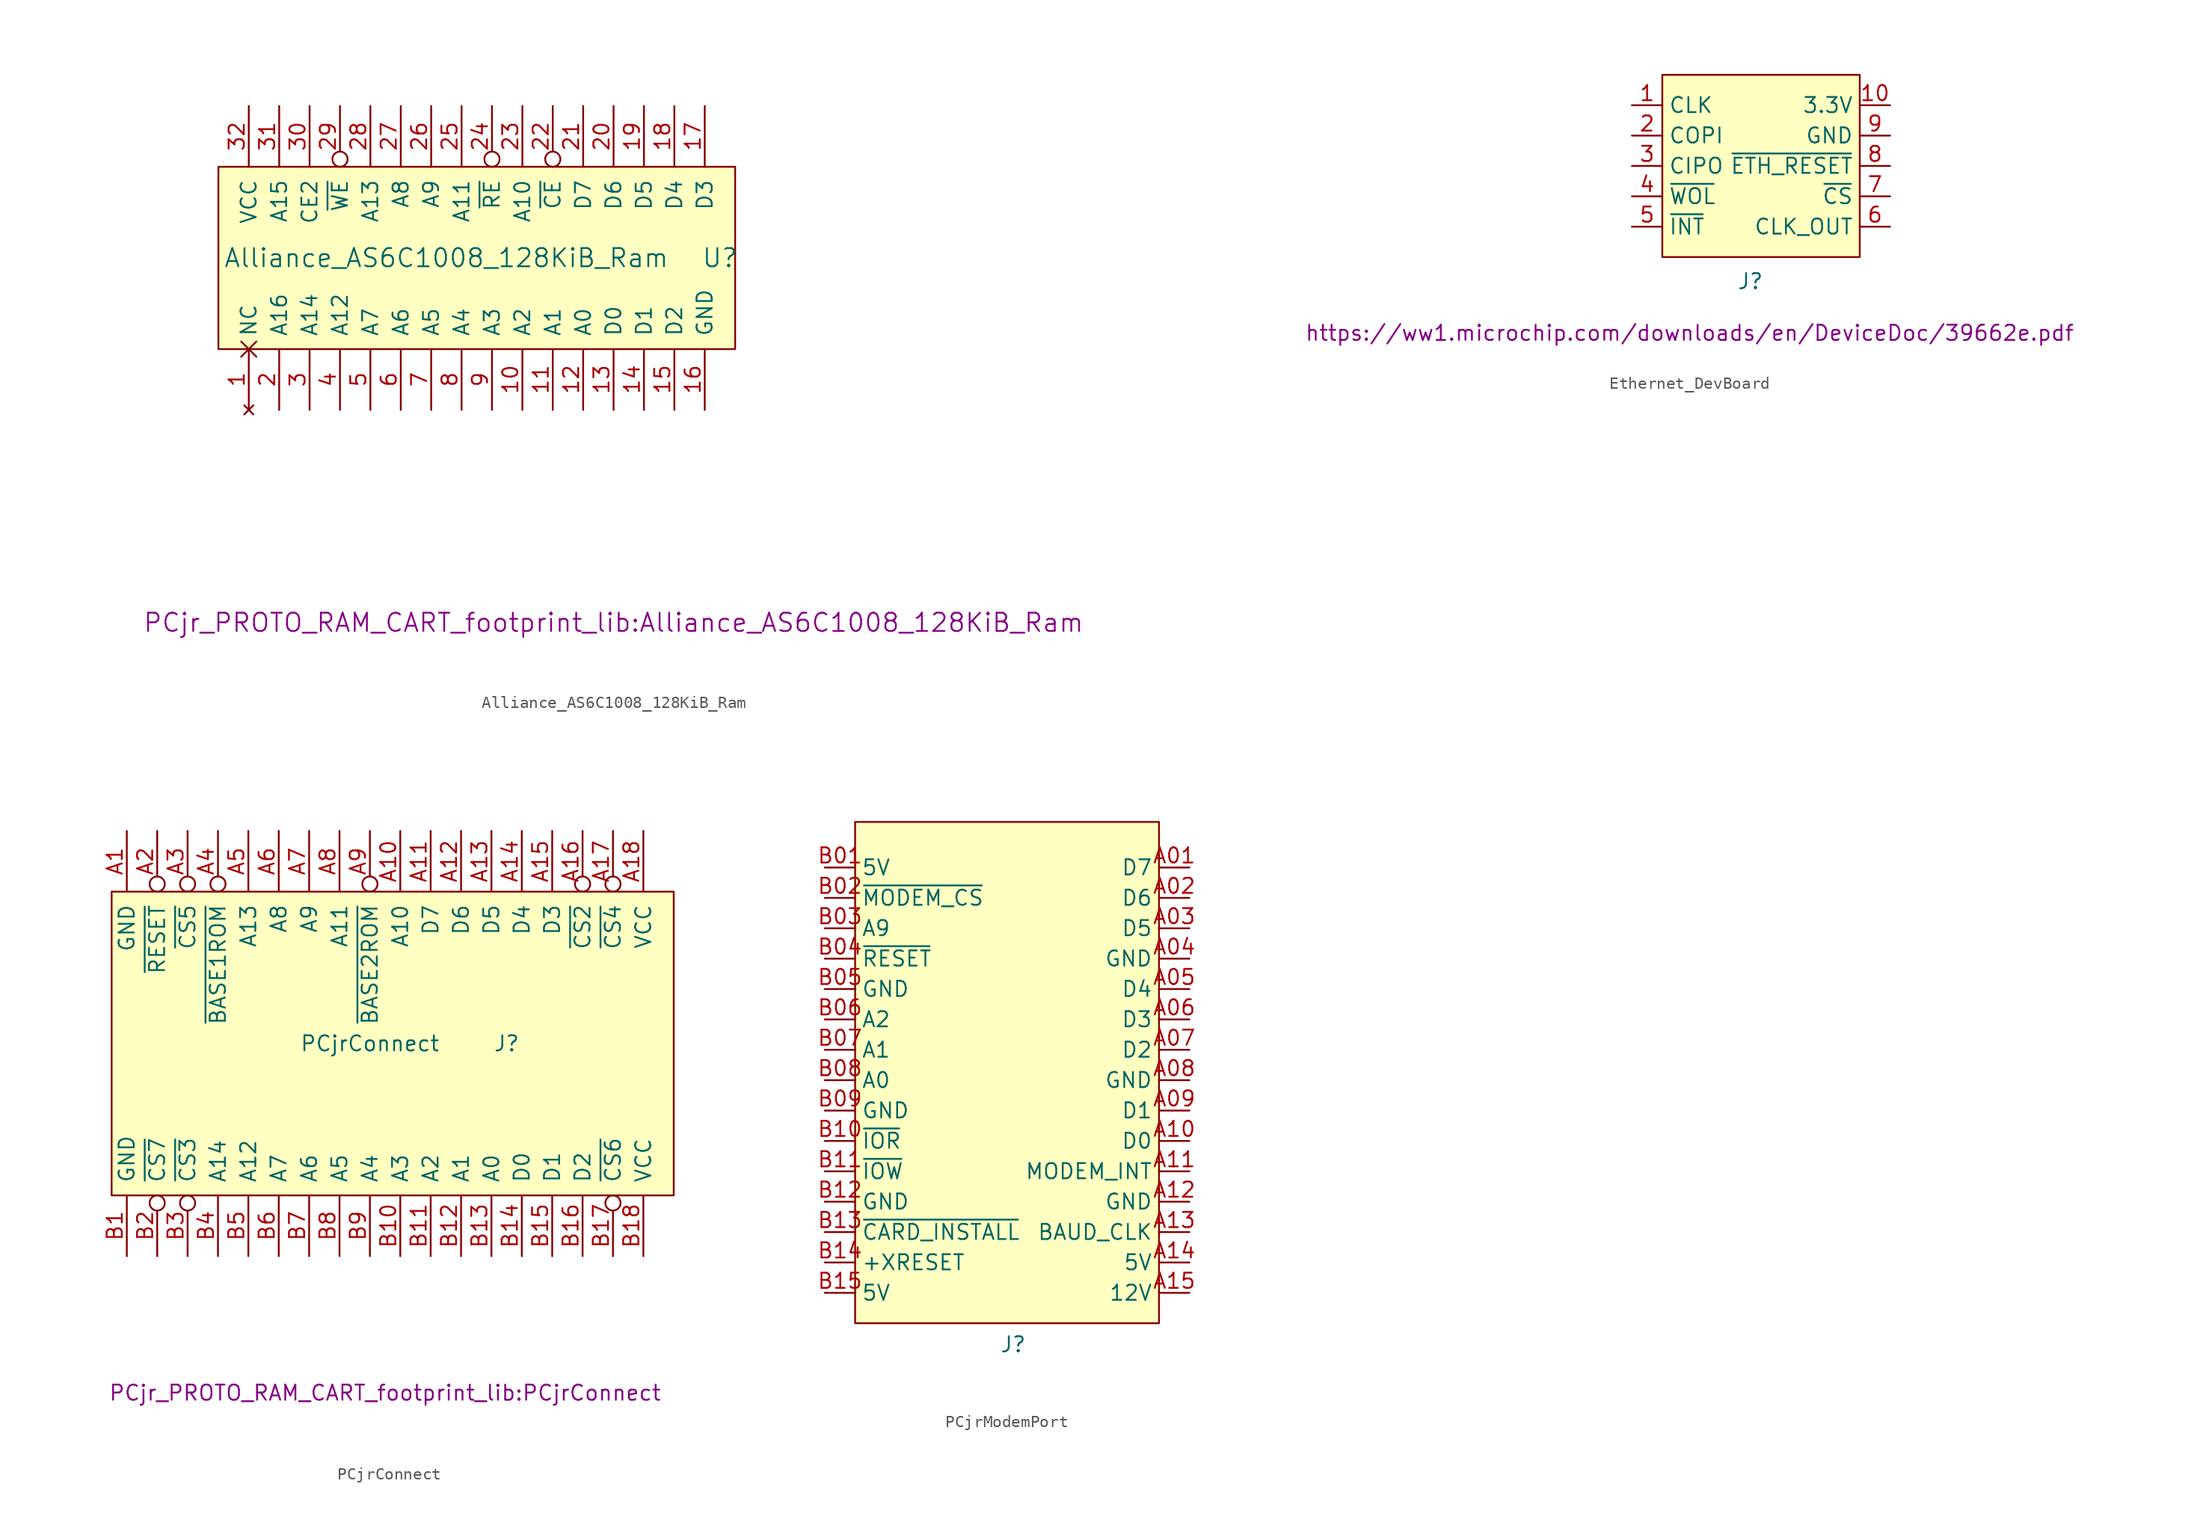
<source format=kicad_sym>
(kicad_symbol_lib
  (version 20231120)
  (generator "kicad_symbol_editor")
  (generator_version "8.0")
  (symbol "Alliance_AS6C1008_128KiB_Ram"
    (pin_names
      (offset 1.016))
    (property "Reference" "U"
      (at 39.37 7.62 0)
      (effects (font (size 1.524 1.524))))
    (property "Value" "Alliance_AS6C1008_128KiB_Ram"
      (at 16.51 7.62 0)
      (effects (font (size 1.524 1.524))))
    (property "Footprint" "PCjr_PROTO_RAM_CART_footprint_lib:Alliance_AS6C1008_128KiB_Ram"
      (at 30.48 -22.86 0)
      (effects (font (size 1.524 1.524))))
    (symbol "Alliance_AS6C1008_128KiB_Ram_0_1"
      (rectangle (start -2.54 15.24) (end 40.64 0) (stroke (width 0) (type solid)) (fill (type background))))
    (symbol "Alliance_AS6C1008_128KiB_Ram_1_1"
      (pin no_connect non_logic (at 0 -5.08 90) (length 5.08) (name "NC" (effects (font (size 1.27 1.27)))) (number "1" (effects (font (size 1.27 1.27)))))
      (pin input line (at 22.86 -5.08 90) (length 5.08) (name "A2" (effects (font (size 1.27 1.27)))) (number "10" (effects (font (size 1.27 1.27)))))
      (pin input line (at 25.4 -5.08 90) (length 5.08) (name "A1" (effects (font (size 1.27 1.27)))) (number "11" (effects (font (size 1.27 1.27)))))
      (pin input line (at 27.94 -5.08 90) (length 5.08) (name "A0" (effects (font (size 1.27 1.27)))) (number "12" (effects (font (size 1.27 1.27)))))
      (pin bidirectional line (at 30.48 -5.08 90) (length 5.08) (name "D0" (effects (font (size 1.27 1.27)))) (number "13" (effects (font (size 1.27 1.27)))))
      (pin bidirectional line (at 33.02 -5.08 90) (length 5.08) (name "D1" (effects (font (size 1.27 1.27)))) (number "14" (effects (font (size 1.27 1.27)))))
      (pin bidirectional line (at 35.56 -5.08 90) (length 5.08) (name "D2" (effects (font (size 1.27 1.27)))) (number "15" (effects (font (size 1.27 1.27)))))
      (pin power_in line (at 38.1 -5.08 90) (length 5.08) (name "GND" (effects (font (size 1.27 1.27)))) (number "16" (effects (font (size 1.27 1.27)))))
      (pin bidirectional line (at 38.1 20.32 270) (length 5.08) (name "D3" (effects (font (size 1.27 1.27)))) (number "17" (effects (font (size 1.27 1.27)))))
      (pin bidirectional line (at 35.56 20.32 270) (length 5.08) (name "D4" (effects (font (size 1.27 1.27)))) (number "18" (effects (font (size 1.27 1.27)))))
      (pin bidirectional line (at 33.02 20.32 270) (length 5.08) (name "D5" (effects (font (size 1.27 1.27)))) (number "19" (effects (font (size 1.27 1.27)))))
      (pin input line (at 2.54 -5.08 90) (length 5.08) (name "A16" (effects (font (size 1.27 1.27)))) (number "2" (effects (font (size 1.27 1.27)))))
      (pin bidirectional line (at 30.48 20.32 270) (length 5.08) (name "D6" (effects (font (size 1.27 1.27)))) (number "20" (effects (font (size 1.27 1.27)))))
      (pin bidirectional line (at 27.94 20.32 270) (length 5.08) (name "D7" (effects (font (size 1.27 1.27)))) (number "21" (effects (font (size 1.27 1.27)))))
      (pin input inverted (at 25.4 20.32 270) (length 5.08) (name "~{CE}" (effects (font (size 1.27 1.27)))) (number "22" (effects (font (size 1.27 1.27)))))
      (pin input line (at 22.86 20.32 270) (length 5.08) (name "A10" (effects (font (size 1.27 1.27)))) (number "23" (effects (font (size 1.27 1.27)))))
      (pin input inverted (at 20.32 20.32 270) (length 5.08) (name "~{RE}" (effects (font (size 1.27 1.27)))) (number "24" (effects (font (size 1.27 1.27)))))
      (pin input line (at 17.78 20.32 270) (length 5.08) (name "A11" (effects (font (size 1.27 1.27)))) (number "25" (effects (font (size 1.27 1.27)))))
      (pin input line (at 15.24 20.32 270) (length 5.08) (name "A9" (effects (font (size 1.27 1.27)))) (number "26" (effects (font (size 1.27 1.27)))))
      (pin input line (at 12.7 20.32 270) (length 5.08) (name "A8" (effects (font (size 1.27 1.27)))) (number "27" (effects (font (size 1.27 1.27)))))
      (pin input line (at 10.16 20.32 270) (length 5.08) (name "A13" (effects (font (size 1.27 1.27)))) (number "28" (effects (font (size 1.27 1.27)))))
      (pin input inverted (at 7.62 20.32 270) (length 5.08) (name "~{WE}" (effects (font (size 1.27 1.27)))) (number "29" (effects (font (size 1.27 1.27)))))
      (pin input line (at 5.08 -5.08 90) (length 5.08) (name "A14" (effects (font (size 1.27 1.27)))) (number "3" (effects (font (size 1.27 1.27)))))
      (pin input line (at 5.08 20.32 270) (length 5.08) (name "CE2" (effects (font (size 1.27 1.27)))) (number "30" (effects (font (size 1.27 1.27)))))
      (pin input line (at 2.54 20.32 270) (length 5.08) (name "A15" (effects (font (size 1.27 1.27)))) (number "31" (effects (font (size 1.27 1.27)))))
      (pin power_in line (at 0 20.32 270) (length 5.08) (name "VCC" (effects (font (size 1.27 1.27)))) (number "32" (effects (font (size 1.27 1.27)))))
      (pin input line (at 7.62 -5.08 90) (length 5.08) (name "A12" (effects (font (size 1.27 1.27)))) (number "4" (effects (font (size 1.27 1.27)))))
      (pin input line (at 10.16 -5.08 90) (length 5.08) (name "A7" (effects (font (size 1.27 1.27)))) (number "5" (effects (font (size 1.27 1.27)))))
      (pin input line (at 12.7 -5.08 90) (length 5.08) (name "A6" (effects (font (size 1.27 1.27)))) (number "6" (effects (font (size 1.27 1.27)))))
      (pin input line (at 15.24 -5.08 90) (length 5.08) (name "A5" (effects (font (size 1.27 1.27)))) (number "7" (effects (font (size 1.27 1.27)))))
      (pin input line (at 17.78 -5.08 90) (length 5.08) (name "A4" (effects (font (size 1.27 1.27)))) (number "8" (effects (font (size 1.27 1.27)))))
      (pin input line (at 20.32 -5.08 90) (length 5.08) (name "A3" (effects (font (size 1.27 1.27)))) (number "9" (effects (font (size 1.27 1.27)))))))
  (symbol "Ethernet_DevBoard"
    (property "Reference" "J"
      (at 7.366 -2.032 0)
      (effects (font (size 1.27 1.27))))
    (property "Value" ""
      (at 0 0 0)
      (effects (font (size 1.27 1.27))))
    (property "ControllerSheet" "https://ww1.microchip.com/downloads/en/DeviceDoc/39662e.pdf"
      (at 2.286 -6.35 0)
      (effects (font (size 1.27 1.27))))
    (symbol "Ethernet_DevBoard_0_1"
      (rectangle (start 0 15.24) (end 16.51 0) (stroke (width 0) (type default)) (fill (type background))))
    (symbol "Ethernet_DevBoard_1_1"
      (pin input line (at -2.54 12.7 0) (length 2.54) (name "CLK" (effects (font (size 1.27 1.27)))) (number "1" (effects (font (size 1.27 1.27)))))
      (pin power_in line (at 19.05 12.7 180) (length 2.54) (name "3.3V" (effects (font (size 1.27 1.27)))) (number "10" (effects (font (size 1.27 1.27)))))
      (pin input line (at -2.54 10.16 0) (length 2.54) (name "COPI" (effects (font (size 1.27 1.27)))) (number "2" (effects (font (size 1.27 1.27)))))
      (pin output line (at -2.54 7.62 0) (length 2.54) (name "CIPO" (effects (font (size 1.27 1.27)))) (number "3" (effects (font (size 1.27 1.27)))))
      (pin input line (at -2.54 5.08 0) (length 2.54) (name "~{WOL}" (effects (font (size 1.27 1.27)))) (number "4" (effects (font (size 1.27 1.27)))))
      (pin output line (at -2.54 2.54 0) (length 2.54) (name "~{INT}" (effects (font (size 1.27 1.27)))) (number "5" (effects (font (size 1.27 1.27)))))
      (pin output line (at 19.05 2.54 180) (length 2.54) (name "CLK_OUT" (effects (font (size 1.27 1.27)))) (number "6" (effects (font (size 1.27 1.27)))))
      (pin input line (at 19.05 5.08 180) (length 2.54) (name "~{CS}" (effects (font (size 1.27 1.27)))) (number "7" (effects (font (size 1.27 1.27)))))
      (pin input line (at 19.05 7.62 180) (length 2.54) (name "~{ETH_RESET}" (effects (font (size 1.27 1.27)))) (number "8" (effects (font (size 1.27 1.27)))))
      (pin power_in line (at 19.05 10.16 180) (length 2.54) (name "GND" (effects (font (size 1.27 1.27)))) (number "9" (effects (font (size 1.27 1.27)))))))
  (symbol "PCjrConnect"
    (pin_names
      (offset 1.016))
    (property "Reference" "J"
      (at 33.02 12.7 0)
      (effects (font (size 1.27 1.27))))
    (property "Value" "PCjrConnect"
      (at 21.59 12.7 0)
      (effects (font (size 1.27 1.27))))
    (property "Footprint" "PCjr_PROTO_RAM_CART_footprint_lib:PCjrConnect"
      (at 22.86 -16.51 0)
      (effects (font (size 1.27 1.27))))
    (symbol "PCjrConnect_0_1"
      (rectangle (start 0 25.4) (end 46.99 0) (stroke (width 0) (type solid)) (fill (type background))))
    (symbol "PCjrConnect_1_1"
      (pin power_in line (at 1.27 30.48 270) (length 5.08) (name "GND" (effects (font (size 1.27 1.27)))) (number "A1" (effects (font (size 1.27 1.27)))))
      (pin output line (at 24.13 30.48 270) (length 5.08) (name "A10" (effects (font (size 1.27 1.27)))) (number "A10" (effects (font (size 1.27 1.27)))))
      (pin bidirectional line (at 26.67 30.48 270) (length 5.08) (name "D7" (effects (font (size 1.27 1.27)))) (number "A11" (effects (font (size 1.27 1.27)))))
      (pin bidirectional line (at 29.21 30.48 270) (length 5.08) (name "D6" (effects (font (size 1.27 1.27)))) (number "A12" (effects (font (size 1.27 1.27)))))
      (pin bidirectional line (at 31.75 30.48 270) (length 5.08) (name "D5" (effects (font (size 1.27 1.27)))) (number "A13" (effects (font (size 1.27 1.27)))))
      (pin bidirectional line (at 34.29 30.48 270) (length 5.08) (name "D4" (effects (font (size 1.27 1.27)))) (number "A14" (effects (font (size 1.27 1.27)))))
      (pin bidirectional line (at 36.83 30.48 270) (length 5.08) (name "D3" (effects (font (size 1.27 1.27)))) (number "A15" (effects (font (size 1.27 1.27)))))
      (pin output inverted (at 39.37 30.48 270) (length 5.08) (name "~{CS2}" (effects (font (size 1.27 1.27)))) (number "A16" (effects (font (size 1.27 1.27)))))
      (pin output inverted (at 41.91 30.48 270) (length 5.08) (name "~{CS4}" (effects (font (size 1.27 1.27)))) (number "A17" (effects (font (size 1.27 1.27)))))
      (pin power_in line (at 44.45 30.48 270) (length 5.08) (name "VCC" (effects (font (size 1.27 1.27)))) (number "A18" (effects (font (size 1.27 1.27)))))
      (pin bidirectional inverted (at 3.81 30.48 270) (length 5.08) (name "~{RESET}" (effects (font (size 1.27 1.27)))) (number "A2" (effects (font (size 1.27 1.27)))))
      (pin output inverted (at 6.35 30.48 270) (length 5.08) (name "~{CS5}" (effects (font (size 1.27 1.27)))) (number "A3" (effects (font (size 1.27 1.27)))))
      (pin bidirectional inverted (at 8.89 30.48 270) (length 5.08) (name "~{BASE1ROM}" (effects (font (size 1.27 1.27)))) (number "A4" (effects (font (size 1.27 1.27)))))
      (pin output line (at 11.43 30.48 270) (length 5.08) (name "A13" (effects (font (size 1.27 1.27)))) (number "A5" (effects (font (size 1.27 1.27)))))
      (pin output line (at 13.97 30.48 270) (length 5.08) (name "A8" (effects (font (size 1.27 1.27)))) (number "A6" (effects (font (size 1.27 1.27)))))
      (pin output line (at 16.51 30.48 270) (length 5.08) (name "A9" (effects (font (size 1.27 1.27)))) (number "A7" (effects (font (size 1.27 1.27)))))
      (pin output line (at 19.05 30.48 270) (length 5.08) (name "A11" (effects (font (size 1.27 1.27)))) (number "A8" (effects (font (size 1.27 1.27)))))
      (pin bidirectional inverted (at 21.59 30.48 270) (length 5.08) (name "~{BASE2ROM}" (effects (font (size 1.27 1.27)))) (number "A9" (effects (font (size 1.27 1.27)))))
      (pin power_in line (at 1.27 -5.08 90) (length 5.08) (name "GND" (effects (font (size 1.27 1.27)))) (number "B1" (effects (font (size 1.27 1.27)))))
      (pin output line (at 24.13 -5.08 90) (length 5.08) (name "A3" (effects (font (size 1.27 1.27)))) (number "B10" (effects (font (size 1.27 1.27)))))
      (pin output line (at 26.67 -5.08 90) (length 5.08) (name "A2" (effects (font (size 1.27 1.27)))) (number "B11" (effects (font (size 1.27 1.27)))))
      (pin output line (at 29.21 -5.08 90) (length 5.08) (name "A1" (effects (font (size 1.27 1.27)))) (number "B12" (effects (font (size 1.27 1.27)))))
      (pin output line (at 31.75 -5.08 90) (length 5.08) (name "A0" (effects (font (size 1.27 1.27)))) (number "B13" (effects (font (size 1.27 1.27)))))
      (pin bidirectional line (at 34.29 -5.08 90) (length 5.08) (name "D0" (effects (font (size 1.27 1.27)))) (number "B14" (effects (font (size 1.27 1.27)))))
      (pin bidirectional line (at 36.83 -5.08 90) (length 5.08) (name "D1" (effects (font (size 1.27 1.27)))) (number "B15" (effects (font (size 1.27 1.27)))))
      (pin bidirectional line (at 39.37 -5.08 90) (length 5.08) (name "D2" (effects (font (size 1.27 1.27)))) (number "B16" (effects (font (size 1.27 1.27)))))
      (pin output inverted (at 41.91 -5.08 90) (length 5.08) (name "~{CS6}" (effects (font (size 1.27 1.27)))) (number "B17" (effects (font (size 1.27 1.27)))))
      (pin power_in line (at 44.45 -5.08 90) (length 5.08) (name "VCC" (effects (font (size 1.27 1.27)))) (number "B18" (effects (font (size 1.27 1.27)))))
      (pin output inverted (at 3.81 -5.08 90) (length 5.08) (name "~{CS7}" (effects (font (size 1.27 1.27)))) (number "B2" (effects (font (size 1.27 1.27)))))
      (pin output inverted (at 6.35 -5.08 90) (length 5.08) (name "~{CS3}" (effects (font (size 1.27 1.27)))) (number "B3" (effects (font (size 1.27 1.27)))))
      (pin output line (at 8.89 -5.08 90) (length 5.08) (name "A14" (effects (font (size 1.27 1.27)))) (number "B4" (effects (font (size 1.27 1.27)))))
      (pin output line (at 11.43 -5.08 90) (length 5.08) (name "A12" (effects (font (size 1.27 1.27)))) (number "B5" (effects (font (size 1.27 1.27)))))
      (pin output line (at 13.97 -5.08 90) (length 5.08) (name "A7" (effects (font (size 1.27 1.27)))) (number "B6" (effects (font (size 1.27 1.27)))))
      (pin output line (at 16.51 -5.08 90) (length 5.08) (name "A6" (effects (font (size 1.27 1.27)))) (number "B7" (effects (font (size 1.27 1.27)))))
      (pin output line (at 19.05 -5.08 90) (length 5.08) (name "A5" (effects (font (size 1.27 1.27)))) (number "B8" (effects (font (size 1.27 1.27)))))
      (pin output line (at 21.59 -5.08 90) (length 5.08) (name "A4" (effects (font (size 1.27 1.27)))) (number "B9" (effects (font (size 1.27 1.27)))))))
  (symbol "PCjrModemPort"
    (property "Reference" "J"
      (at 13.208 -1.778 0)
      (effects (font (size 1.27 1.27))))
    (property "Value" ""
      (at 0 0 0)
      (effects (font (size 1.27 1.27))))
    (symbol "PCjrModemPort_0_1"
      (rectangle (start 0 41.91) (end 25.4 0) (stroke (width 0) (type default)) (fill (type background))))
    (symbol "PCjrModemPort_1_1"
      (pin bidirectional line (at 27.94 38.1 180) (length 2.54) (name "D7" (effects (font (size 1.27 1.27)))) (number "A01" (effects (font (size 1.27 1.27)))))
      (pin bidirectional line (at 27.94 35.56 180) (length 2.54) (name "D6" (effects (font (size 1.27 1.27)))) (number "A02" (effects (font (size 1.27 1.27)))))
      (pin bidirectional line (at 27.94 33.02 180) (length 2.54) (name "D5" (effects (font (size 1.27 1.27)))) (number "A03" (effects (font (size 1.27 1.27)))))
      (pin power_in line (at 27.94 30.48 180) (length 2.54) (name "GND" (effects (font (size 1.27 1.27)))) (number "A04" (effects (font (size 1.27 1.27)))))
      (pin bidirectional line (at 27.94 27.94 180) (length 2.54) (name "D4" (effects (font (size 1.27 1.27)))) (number "A05" (effects (font (size 1.27 1.27)))))
      (pin bidirectional line (at 27.94 25.4 180) (length 2.54) (name "D3" (effects (font (size 1.27 1.27)))) (number "A06" (effects (font (size 1.27 1.27)))))
      (pin bidirectional line (at 27.94 22.86 180) (length 2.54) (name "D2" (effects (font (size 1.27 1.27)))) (number "A07" (effects (font (size 1.27 1.27)))))
      (pin power_in line (at 27.94 20.32 180) (length 2.54) (name "GND" (effects (font (size 1.27 1.27)))) (number "A08" (effects (font (size 1.27 1.27)))))
      (pin bidirectional line (at 27.94 17.78 180) (length 2.54) (name "D1" (effects (font (size 1.27 1.27)))) (number "A09" (effects (font (size 1.27 1.27)))))
      (pin bidirectional line (at 27.94 15.24 180) (length 2.54) (name "D0" (effects (font (size 1.27 1.27)))) (number "A10" (effects (font (size 1.27 1.27)))))
      (pin input line (at 27.94 12.7 180) (length 2.54) (name "MODEM_INT" (effects (font (size 1.27 1.27)))) (number "A11" (effects (font (size 1.27 1.27)))))
      (pin power_in line (at 27.94 10.16 180) (length 2.54) (name "GND" (effects (font (size 1.27 1.27)))) (number "A12" (effects (font (size 1.27 1.27)))))
      (pin output line (at 27.94 7.62 180) (length 2.54) (name "BAUD_CLK" (effects (font (size 1.27 1.27)))) (number "A13" (effects (font (size 1.27 1.27)))))
      (pin power_in line (at 27.94 5.08 180) (length 2.54) (name "5V" (effects (font (size 1.27 1.27)))) (number "A14" (effects (font (size 1.27 1.27)))))
      (pin power_in line (at 27.94 2.54 180) (length 2.54) (name "12V" (effects (font (size 1.27 1.27)))) (number "A15" (effects (font (size 1.27 1.27)))))
      (pin power_in line (at -2.54 38.1 0) (length 2.54) (name "5V" (effects (font (size 1.27 1.27)))) (number "B01" (effects (font (size 1.27 1.27)))))
      (pin output line (at -2.54 35.56 0) (length 2.54) (name "~{MODEM_CS}" (effects (font (size 1.27 1.27)))) (number "B02" (effects (font (size 1.27 1.27)))))
      (pin output line (at -2.54 33.02 0) (length 2.54) (name "A9" (effects (font (size 1.27 1.27)))) (number "B03" (effects (font (size 1.27 1.27)))))
      (pin bidirectional line (at -2.54 30.48 0) (length 2.54) (name "~{RESET}" (effects (font (size 1.27 1.27)))) (number "B04" (effects (font (size 1.27 1.27)))))
      (pin power_in line (at -2.54 27.94 0) (length 2.54) (name "GND" (effects (font (size 1.27 1.27)))) (number "B05" (effects (font (size 1.27 1.27)))))
      (pin output line (at -2.54 25.4 0) (length 2.54) (name "A2" (effects (font (size 1.27 1.27)))) (number "B06" (effects (font (size 1.27 1.27)))))
      (pin output line (at -2.54 22.86 0) (length 2.54) (name "A1" (effects (font (size 1.27 1.27)))) (number "B07" (effects (font (size 1.27 1.27)))))
      (pin output line (at -2.54 20.32 0) (length 2.54) (name "A0" (effects (font (size 1.27 1.27)))) (number "B08" (effects (font (size 1.27 1.27)))))
      (pin power_in line (at -2.54 17.78 0) (length 2.54) (name "GND" (effects (font (size 1.27 1.27)))) (number "B09" (effects (font (size 1.27 1.27)))))
      (pin output line (at -2.54 15.24 0) (length 2.54) (name "~{IOR}" (effects (font (size 1.27 1.27)))) (number "B10" (effects (font (size 1.27 1.27)))))
      (pin output line (at -2.54 12.7 0) (length 2.54) (name "~{IOW}" (effects (font (size 1.27 1.27)))) (number "B11" (effects (font (size 1.27 1.27)))))
      (pin power_in line (at -2.54 10.16 0) (length 2.54) (name "GND" (effects (font (size 1.27 1.27)))) (number "B12" (effects (font (size 1.27 1.27)))))
      (pin bidirectional line (at -2.54 7.62 0) (length 2.54) (name "~{CARD_INSTALL}" (effects (font (size 1.27 1.27)))) (number "B13" (effects (font (size 1.27 1.27)))))
      (pin bidirectional line (at -2.54 5.08 0) (length 2.54) (name "+XRESET" (effects (font (size 1.27 1.27)))) (number "B14" (effects (font (size 1.27 1.27)))))
      (pin power_in line (at -2.54 2.54 0) (length 2.54) (name "5V" (effects (font (size 1.27 1.27)))) (number "B15" (effects (font (size 1.27 1.27))))))))
</source>
